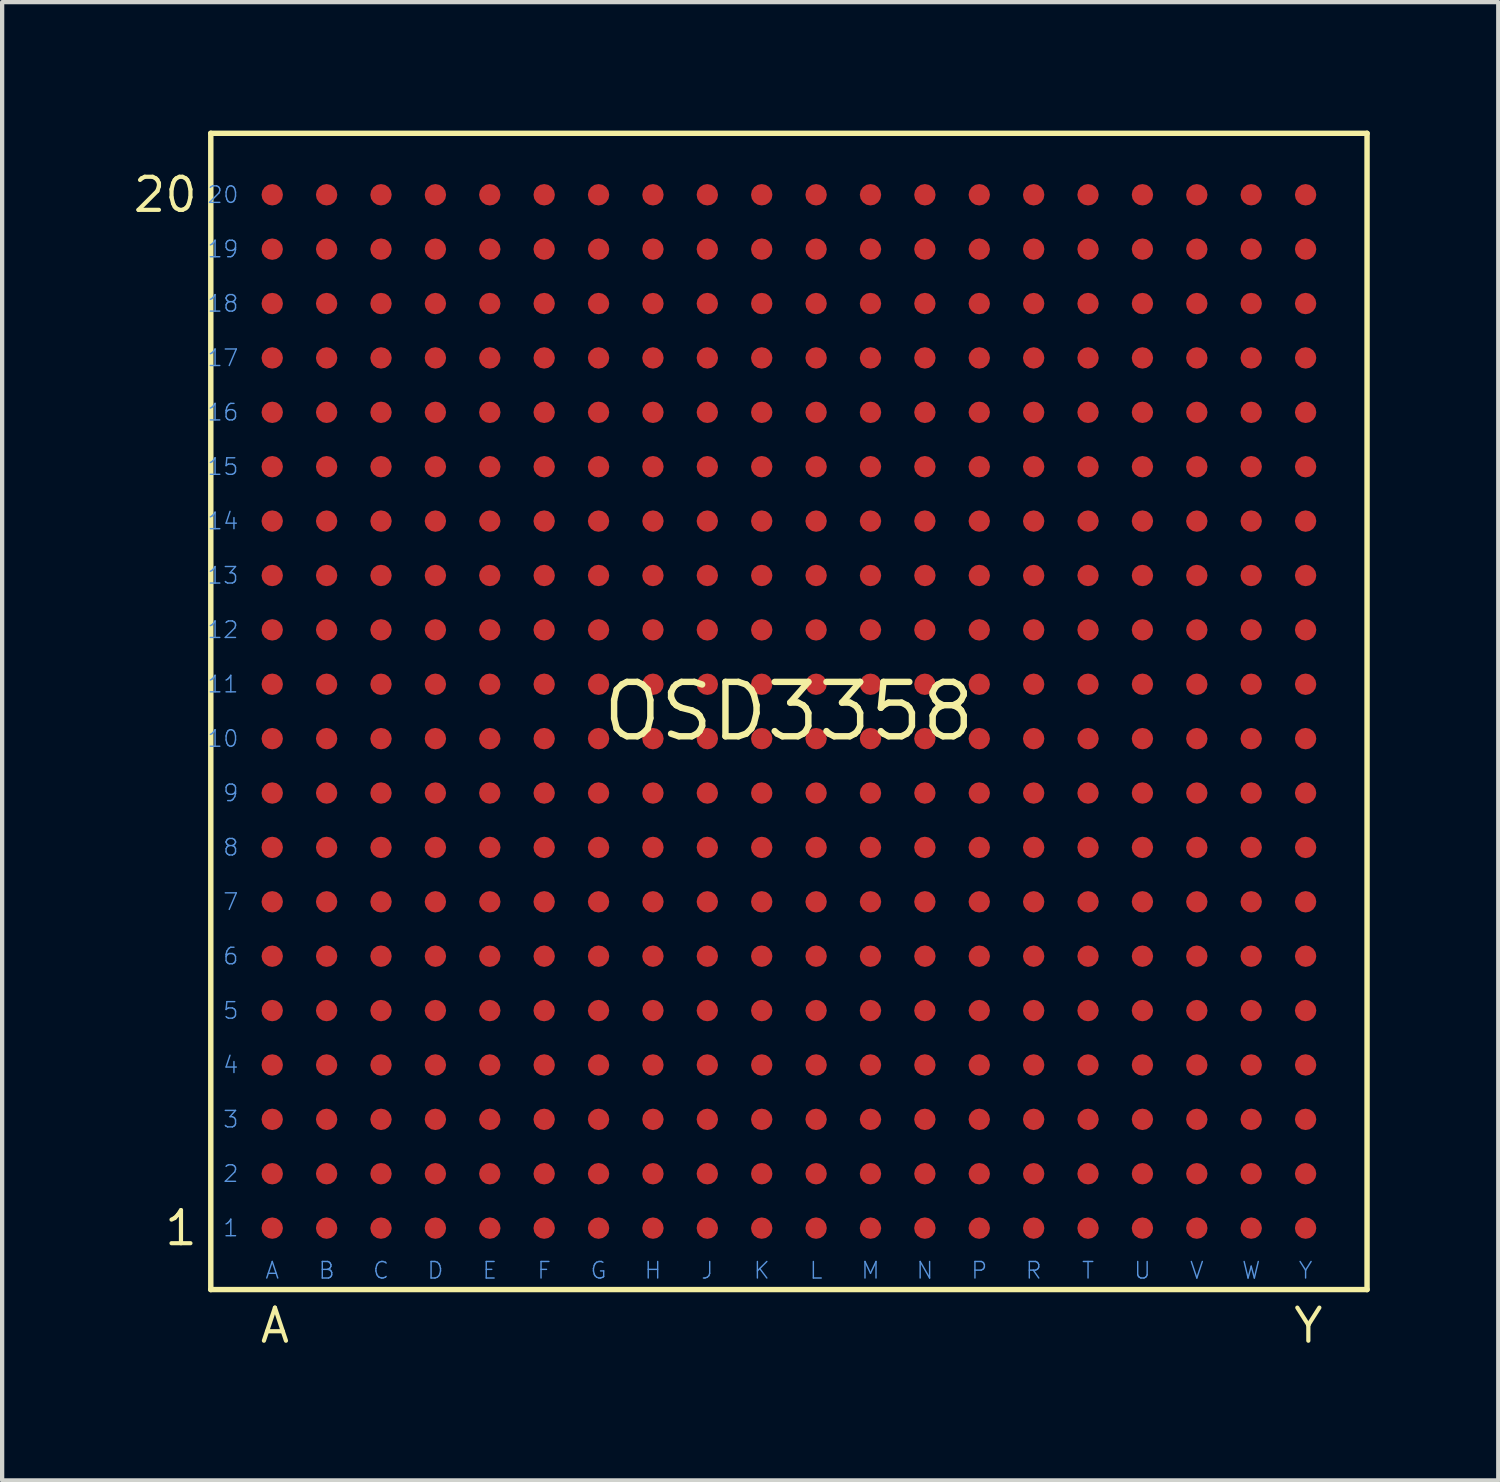
<source format=kicad_pcb>
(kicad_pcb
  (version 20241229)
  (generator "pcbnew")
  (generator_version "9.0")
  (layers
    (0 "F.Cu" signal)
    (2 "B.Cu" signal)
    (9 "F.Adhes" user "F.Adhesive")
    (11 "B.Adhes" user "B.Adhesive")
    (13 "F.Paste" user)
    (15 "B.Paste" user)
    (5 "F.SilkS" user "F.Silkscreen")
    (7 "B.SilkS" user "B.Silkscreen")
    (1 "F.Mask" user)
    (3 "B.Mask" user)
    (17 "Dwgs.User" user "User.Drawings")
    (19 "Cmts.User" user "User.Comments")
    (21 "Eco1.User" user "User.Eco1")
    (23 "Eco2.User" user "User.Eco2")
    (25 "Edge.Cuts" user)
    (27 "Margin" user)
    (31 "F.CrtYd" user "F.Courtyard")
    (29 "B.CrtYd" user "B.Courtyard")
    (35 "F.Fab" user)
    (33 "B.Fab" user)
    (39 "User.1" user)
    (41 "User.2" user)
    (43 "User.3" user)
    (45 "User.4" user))
  (footprint "OSD3358"
    (layer "F.Cu")
    (at 15.372 13.563)
    (property "Reference" "OSD3358" (at 0 0 0) (layer "F.SilkS") (effects (font (size 1.27 1.27) (thickness 0.15))))
    (attr through_hole)
    (fp_line (start -13.5 -13.5) (end -13.5 13.5) (stroke (width 0.127) (type solid)) (layer "F.SilkS"))
    (fp_line (start -13.5 13.5) (end 13.5 13.5) (stroke (width 0.127) (type solid)) (layer "F.SilkS"))
    (fp_line (start 13.5 -13.5) (end -13.5 -13.5) (stroke (width 0.127) (type solid)) (layer "F.SilkS"))
    (fp_line (start 13.5 13.5) (end 13.5 -13.5) (stroke (width 0.127) (type solid)) (layer "F.SilkS"))
    (fp_text user "20" (at -13.764 -12.065 0) (layer "F.SilkS") (effects (font (size 0.772 0.772) (thickness 0.098)) (justify right)))
    (fp_text user "1" (at -13.764 12.065 0) (layer "F.SilkS") (effects (font (size 0.772 0.772) (thickness 0.098)) (justify right)))
    (fp_text user "Y" (at 12.129 13.89 0) (layer "F.SilkS") (effects (font (size 0.772 0.772) (thickness 0.098)) (justify top)))
    (fp_text user "A" (at -12.002 13.89 0) (layer "F.SilkS") (effects (font (size 0.772 0.772) (thickness 0.098)) (justify top)))
    (fp_text user "7" (at -12.827 4.445 0) (layer "Cmts.User") (effects (font (size 0.386 0.386) (thickness 0.033)) (justify right)))
    (fp_text user "5" (at -12.827 6.985 0) (layer "Cmts.User") (effects (font (size 0.386 0.386) (thickness 0.033)) (justify right)))
    (fp_text user "14" (at -12.827 -4.445 0) (layer "Cmts.User") (effects (font (size 0.386 0.386) (thickness 0.033)) (justify right)))
    (fp_text user "T" (at 6.985 12.827 0) (layer "Cmts.User") (effects (font (size 0.386 0.386) (thickness 0.033)) (justify top)))
    (fp_text user "B" (at -10.795 12.827 0) (layer "Cmts.User") (effects (font (size 0.386 0.386) (thickness 0.033)) (justify top)))
    (fp_text user "J" (at -1.905 12.827 0) (layer "Cmts.User") (effects (font (size 0.386 0.386) (thickness 0.033)) (justify top)))
    (fp_text user "F" (at -5.715 12.827 0) (layer "Cmts.User") (effects (font (size 0.386 0.386) (thickness 0.033)) (justify top)))
    (fp_text user "C" (at -9.525 12.827 0) (layer "Cmts.User") (effects (font (size 0.386 0.386) (thickness 0.033)) (justify top)))
    (fp_text user "6" (at -12.827 5.715 0) (layer "Cmts.User") (effects (font (size 0.386 0.386) (thickness 0.033)) (justify right)))
    (fp_text user "E" (at -6.985 12.827 0) (layer "Cmts.User") (effects (font (size 0.386 0.386) (thickness 0.033)) (justify top)))
    (fp_text user "P" (at 4.445 12.827 0) (layer "Cmts.User") (effects (font (size 0.386 0.386) (thickness 0.033)) (justify top)))
    (fp_text user "N" (at 3.175 12.827 0) (layer "Cmts.User") (effects (font (size 0.386 0.386) (thickness 0.033)) (justify top)))
    (fp_text user "18" (at -12.827 -9.525 0) (layer "Cmts.User") (effects (font (size 0.386 0.386) (thickness 0.033)) (justify right)))
    (fp_text user "10" (at -12.827 0.635 0) (layer "Cmts.User") (effects (font (size 0.386 0.386) (thickness 0.033)) (justify right)))
    (fp_text user "G" (at -4.445 12.827 0) (layer "Cmts.User") (effects (font (size 0.386 0.386) (thickness 0.033)) (justify top)))
    (fp_text user "20" (at -12.827 -12.065 0) (layer "Cmts.User") (effects (font (size 0.386 0.386) (thickness 0.033)) (justify right)))
    (fp_text user "A" (at -12.065 12.827 0) (layer "Cmts.User") (effects (font (size 0.386 0.386) (thickness 0.033)) (justify top)))
    (fp_text user "8" (at -12.827 3.175 0) (layer "Cmts.User") (effects (font (size 0.386 0.386) (thickness 0.033)) (justify right)))
    (fp_text user "H" (at -3.175 12.827 0) (layer "Cmts.User") (effects (font (size 0.386 0.386) (thickness 0.033)) (justify top)))
    (fp_text user "2" (at -12.827 10.795 0) (layer "Cmts.User") (effects (font (size 0.386 0.386) (thickness 0.033)) (justify right)))
    (fp_text user "V" (at 9.525 12.827 0) (layer "Cmts.User") (effects (font (size 0.386 0.386) (thickness 0.033)) (justify top)))
    (fp_text user "W" (at 10.795 12.827 0) (layer "Cmts.User") (effects (font (size 0.386 0.386) (thickness 0.033)) (justify top)))
    (fp_text user "R" (at 5.715 12.827 0) (layer "Cmts.User") (effects (font (size 0.386 0.386) (thickness 0.033)) (justify top)))
    (fp_text user "L" (at 0.635 12.827 0) (layer "Cmts.User") (effects (font (size 0.386 0.386) (thickness 0.033)) (justify top)))
    (fp_text user "11" (at -12.827 -0.635 0) (layer "Cmts.User") (effects (font (size 0.386 0.386) (thickness 0.033)) (justify right)))
    (fp_text user "9" (at -12.827 1.905 0) (layer "Cmts.User") (effects (font (size 0.386 0.386) (thickness 0.033)) (justify right)))
    (fp_text user "1" (at -12.827 12.065 0) (layer "Cmts.User") (effects (font (size 0.386 0.386) (thickness 0.033)) (justify right)))
    (fp_text user "D" (at -8.255 12.827 0) (layer "Cmts.User") (effects (font (size 0.386 0.386) (thickness 0.033)) (justify top)))
    (fp_text user "Y" (at 12.065 12.827 0) (layer "Cmts.User") (effects (font (size 0.386 0.386) (thickness 0.033)) (justify top)))
    (fp_text user "M" (at 1.905 12.827 0) (layer "Cmts.User") (effects (font (size 0.386 0.386) (thickness 0.033)) (justify top)))
    (fp_text user "19" (at -12.827 -10.795 0) (layer "Cmts.User") (effects (font (size 0.386 0.386) (thickness 0.033)) (justify right)))
    (fp_text user "15" (at -12.827 -5.715 0) (layer "Cmts.User") (effects (font (size 0.386 0.386) (thickness 0.033)) (justify right)))
    (fp_text user "K" (at -0.635 12.827 0) (layer "Cmts.User") (effects (font (size 0.386 0.386) (thickness 0.033)) (justify top)))
    (fp_text user "3" (at -12.827 9.525 0) (layer "Cmts.User") (effects (font (size 0.386 0.386) (thickness 0.033)) (justify right)))
    (fp_text user "13" (at -12.827 -3.175 0) (layer "Cmts.User") (effects (font (size 0.386 0.386) (thickness 0.033)) (justify right)))
    (fp_text user "12" (at -12.827 -1.905 0) (layer "Cmts.User") (effects (font (size 0.386 0.386) (thickness 0.033)) (justify right)))
    (fp_text user "U" (at 8.255 12.827 0) (layer "Cmts.User") (effects (font (size 0.386 0.386) (thickness 0.033)) (justify top)))
    (fp_text user "17" (at -12.827 -8.255 0) (layer "Cmts.User") (effects (font (size 0.386 0.386) (thickness 0.033)) (justify right)))
    (fp_text user "4" (at -12.827 8.255 0) (layer "Cmts.User") (effects (font (size 0.386 0.386) (thickness 0.033)) (justify right)))
    (fp_text user "16" (at -12.827 -6.985 0) (layer "Cmts.User") (effects (font (size 0.386 0.386) (thickness 0.033)) (justify right)))
    (pad "A1" smd roundrect (at -12.065 12.065) (size 0.5 0.5) (layers "F.Cu" "F.Mask" "F.Paste") (roundrect_rratio 0.5))
    (pad "A2" smd roundrect (at -12.065 10.795) (size 0.5 0.5) (layers "F.Cu" "F.Mask" "F.Paste") (roundrect_rratio 0.5))
    (pad "A3" smd roundrect (at -12.065 9.525) (size 0.5 0.5) (layers "F.Cu" "F.Mask" "F.Paste") (roundrect_rratio 0.5))
    (pad "A4" smd roundrect (at -12.065 8.255) (size 0.5 0.5) (layers "F.Cu" "F.Mask" "F.Paste") (roundrect_rratio 0.5))
    (pad "A5" smd roundrect (at -12.065 6.985) (size 0.5 0.5) (layers "F.Cu" "F.Mask" "F.Paste") (roundrect_rratio 0.5))
    (pad "A6" smd roundrect (at -12.065 5.715) (size 0.5 0.5) (layers "F.Cu" "F.Mask" "F.Paste") (roundrect_rratio 0.5))
    (pad "A7" smd roundrect (at -12.065 4.445) (size 0.5 0.5) (layers "F.Cu" "F.Mask" "F.Paste") (roundrect_rratio 0.5))
    (pad "A8" smd roundrect (at -12.065 3.175) (size 0.5 0.5) (layers "F.Cu" "F.Mask" "F.Paste") (roundrect_rratio 0.5))
    (pad "A9" smd roundrect (at -12.065 1.905) (size 0.5 0.5) (layers "F.Cu" "F.Mask" "F.Paste") (roundrect_rratio 0.5))
    (pad "A10" smd roundrect (at -12.065 0.635) (size 0.5 0.5) (layers "F.Cu" "F.Mask" "F.Paste") (roundrect_rratio 0.5))
    (pad "A11" smd roundrect (at -12.065 -0.635) (size 0.5 0.5) (layers "F.Cu" "F.Mask" "F.Paste") (roundrect_rratio 0.5))
    (pad "A12" smd roundrect (at -12.065 -1.905) (size 0.5 0.5) (layers "F.Cu" "F.Mask" "F.Paste") (roundrect_rratio 0.5))
    (pad "A13" smd roundrect (at -12.065 -3.175) (size 0.5 0.5) (layers "F.Cu" "F.Mask" "F.Paste") (roundrect_rratio 0.5))
    (pad "A14" smd roundrect (at -12.065 -4.445) (size 0.5 0.5) (layers "F.Cu" "F.Mask" "F.Paste") (roundrect_rratio 0.5))
    (pad "A15" smd roundrect (at -12.065 -5.715) (size 0.5 0.5) (layers "F.Cu" "F.Mask" "F.Paste") (roundrect_rratio 0.5))
    (pad "A16" smd roundrect (at -12.065 -6.985) (size 0.5 0.5) (layers "F.Cu" "F.Mask" "F.Paste") (roundrect_rratio 0.5))
    (pad "A17" smd roundrect (at -12.065 -8.255) (size 0.5 0.5) (layers "F.Cu" "F.Mask" "F.Paste") (roundrect_rratio 0.5))
    (pad "A18" smd roundrect (at -12.065 -9.525) (size 0.5 0.5) (layers "F.Cu" "F.Mask" "F.Paste") (roundrect_rratio 0.5))
    (pad "A19" smd roundrect (at -12.065 -10.795) (size 0.5 0.5) (layers "F.Cu" "F.Mask" "F.Paste") (roundrect_rratio 0.5))
    (pad "A20" smd roundrect (at -12.065 -12.065) (size 0.5 0.5) (layers "F.Cu" "F.Mask" "F.Paste") (roundrect_rratio 0.5))
    (pad "B1" smd roundrect (at -10.795 12.065) (size 0.5 0.5) (layers "F.Cu" "F.Mask" "F.Paste") (roundrect_rratio 0.5))
    (pad "B2" smd roundrect (at -10.795 10.795) (size 0.5 0.5) (layers "F.Cu" "F.Mask" "F.Paste") (roundrect_rratio 0.5))
    (pad "B3" smd roundrect (at -10.795 9.525) (size 0.5 0.5) (layers "F.Cu" "F.Mask" "F.Paste") (roundrect_rratio 0.5))
    (pad "B4" smd roundrect (at -10.795 8.255) (size 0.5 0.5) (layers "F.Cu" "F.Mask" "F.Paste") (roundrect_rratio 0.5))
    (pad "B5" smd roundrect (at -10.795 6.985) (size 0.5 0.5) (layers "F.Cu" "F.Mask" "F.Paste") (roundrect_rratio 0.5))
    (pad "B6" smd roundrect (at -10.795 5.715) (size 0.5 0.5) (layers "F.Cu" "F.Mask" "F.Paste") (roundrect_rratio 0.5))
    (pad "B7" smd roundrect (at -10.795 4.445) (size 0.5 0.5) (layers "F.Cu" "F.Mask" "F.Paste") (roundrect_rratio 0.5))
    (pad "B8" smd roundrect (at -10.795 3.175) (size 0.5 0.5) (layers "F.Cu" "F.Mask" "F.Paste") (roundrect_rratio 0.5))
    (pad "B9" smd roundrect (at -10.795 1.905) (size 0.5 0.5) (layers "F.Cu" "F.Mask" "F.Paste") (roundrect_rratio 0.5))
    (pad "B10" smd roundrect (at -10.795 0.635) (size 0.5 0.5) (layers "F.Cu" "F.Mask" "F.Paste") (roundrect_rratio 0.5))
    (pad "B11" smd roundrect (at -10.795 -0.635) (size 0.5 0.5) (layers "F.Cu" "F.Mask" "F.Paste") (roundrect_rratio 0.5))
    (pad "B12" smd roundrect (at -10.795 -1.905) (size 0.5 0.5) (layers "F.Cu" "F.Mask" "F.Paste") (roundrect_rratio 0.5))
    (pad "B13" smd roundrect (at -10.795 -3.175) (size 0.5 0.5) (layers "F.Cu" "F.Mask" "F.Paste") (roundrect_rratio 0.5))
    (pad "B14" smd roundrect (at -10.795 -4.445) (size 0.5 0.5) (layers "F.Cu" "F.Mask" "F.Paste") (roundrect_rratio 0.5))
    (pad "B15" smd roundrect (at -10.795 -5.715) (size 0.5 0.5) (layers "F.Cu" "F.Mask" "F.Paste") (roundrect_rratio 0.5))
    (pad "B16" smd roundrect (at -10.795 -6.985) (size 0.5 0.5) (layers "F.Cu" "F.Mask" "F.Paste") (roundrect_rratio 0.5))
    (pad "B17" smd roundrect (at -10.795 -8.255) (size 0.5 0.5) (layers "F.Cu" "F.Mask" "F.Paste") (roundrect_rratio 0.5))
    (pad "B18" smd roundrect (at -10.795 -9.525) (size 0.5 0.5) (layers "F.Cu" "F.Mask" "F.Paste") (roundrect_rratio 0.5))
    (pad "B19" smd roundrect (at -10.795 -10.795) (size 0.5 0.5) (layers "F.Cu" "F.Mask" "F.Paste") (roundrect_rratio 0.5))
    (pad "B20" smd roundrect (at -10.795 -12.065) (size 0.5 0.5) (layers "F.Cu" "F.Mask" "F.Paste") (roundrect_rratio 0.5))
    (pad "C1" smd roundrect (at -9.525 12.065) (size 0.5 0.5) (layers "F.Cu" "F.Mask" "F.Paste") (roundrect_rratio 0.5))
    (pad "C2" smd roundrect (at -9.525 10.795) (size 0.5 0.5) (layers "F.Cu" "F.Mask" "F.Paste") (roundrect_rratio 0.5))
    (pad "C3" smd roundrect (at -9.525 9.525) (size 0.5 0.5) (layers "F.Cu" "F.Mask" "F.Paste") (roundrect_rratio 0.5))
    (pad "C4" smd roundrect (at -9.525 8.255) (size 0.5 0.5) (layers "F.Cu" "F.Mask" "F.Paste") (roundrect_rratio 0.5))
    (pad "C5" smd roundrect (at -9.525 6.985) (size 0.5 0.5) (layers "F.Cu" "F.Mask" "F.Paste") (roundrect_rratio 0.5))
    (pad "C6" smd roundrect (at -9.525 5.715) (size 0.5 0.5) (layers "F.Cu" "F.Mask" "F.Paste") (roundrect_rratio 0.5))
    (pad "C7" smd roundrect (at -9.525 4.445) (size 0.5 0.5) (layers "F.Cu" "F.Mask" "F.Paste") (roundrect_rratio 0.5))
    (pad "C8" smd roundrect (at -9.525 3.175) (size 0.5 0.5) (layers "F.Cu" "F.Mask" "F.Paste") (roundrect_rratio 0.5))
    (pad "C9" smd roundrect (at -9.525 1.905) (size 0.5 0.5) (layers "F.Cu" "F.Mask" "F.Paste") (roundrect_rratio 0.5))
    (pad "C10" smd roundrect (at -9.525 0.635) (size 0.5 0.5) (layers "F.Cu" "F.Mask" "F.Paste") (roundrect_rratio 0.5))
    (pad "C11" smd roundrect (at -9.525 -0.635) (size 0.5 0.5) (layers "F.Cu" "F.Mask" "F.Paste") (roundrect_rratio 0.5))
    (pad "C12" smd roundrect (at -9.525 -1.905) (size 0.5 0.5) (layers "F.Cu" "F.Mask" "F.Paste") (roundrect_rratio 0.5))
    (pad "C13" smd roundrect (at -9.525 -3.175) (size 0.5 0.5) (layers "F.Cu" "F.Mask" "F.Paste") (roundrect_rratio 0.5))
    (pad "C14" smd roundrect (at -9.525 -4.445) (size 0.5 0.5) (layers "F.Cu" "F.Mask" "F.Paste") (roundrect_rratio 0.5))
    (pad "C15" smd roundrect (at -9.525 -5.715) (size 0.5 0.5) (layers "F.Cu" "F.Mask" "F.Paste") (roundrect_rratio 0.5))
    (pad "C16" smd roundrect (at -9.525 -6.985) (size 0.5 0.5) (layers "F.Cu" "F.Mask" "F.Paste") (roundrect_rratio 0.5))
    (pad "C17" smd roundrect (at -9.525 -8.255) (size 0.5 0.5) (layers "F.Cu" "F.Mask" "F.Paste") (roundrect_rratio 0.5))
    (pad "C18" smd roundrect (at -9.525 -9.525) (size 0.5 0.5) (layers "F.Cu" "F.Mask" "F.Paste") (roundrect_rratio 0.5))
    (pad "C19" smd roundrect (at -9.525 -10.795) (size 0.5 0.5) (layers "F.Cu" "F.Mask" "F.Paste") (roundrect_rratio 0.5))
    (pad "C20" smd roundrect (at -9.525 -12.065) (size 0.5 0.5) (layers "F.Cu" "F.Mask" "F.Paste") (roundrect_rratio 0.5))
    (pad "D1" smd roundrect (at -8.255 12.065) (size 0.5 0.5) (layers "F.Cu" "F.Mask" "F.Paste") (roundrect_rratio 0.5))
    (pad "D2" smd roundrect (at -8.255 10.795) (size 0.5 0.5) (layers "F.Cu" "F.Mask" "F.Paste") (roundrect_rratio 0.5))
    (pad "D3" smd roundrect (at -8.255 9.525) (size 0.5 0.5) (layers "F.Cu" "F.Mask" "F.Paste") (roundrect_rratio 0.5))
    (pad "D4" smd roundrect (at -8.255 8.255) (size 0.5 0.5) (layers "F.Cu" "F.Mask" "F.Paste") (roundrect_rratio 0.5))
    (pad "D5" smd roundrect (at -8.255 6.985) (size 0.5 0.5) (layers "F.Cu" "F.Mask" "F.Paste") (roundrect_rratio 0.5))
    (pad "D6" smd roundrect (at -8.255 5.715) (size 0.5 0.5) (layers "F.Cu" "F.Mask" "F.Paste") (roundrect_rratio 0.5))
    (pad "D7" smd roundrect (at -8.255 4.445) (size 0.5 0.5) (layers "F.Cu" "F.Mask" "F.Paste") (roundrect_rratio 0.5))
    (pad "D8" smd roundrect (at -8.255 3.175) (size 0.5 0.5) (layers "F.Cu" "F.Mask" "F.Paste") (roundrect_rratio 0.5))
    (pad "D9" smd roundrect (at -8.255 1.905) (size 0.5 0.5) (layers "F.Cu" "F.Mask" "F.Paste") (roundrect_rratio 0.5))
    (pad "D10" smd roundrect (at -8.255 0.635) (size 0.5 0.5) (layers "F.Cu" "F.Mask" "F.Paste") (roundrect_rratio 0.5))
    (pad "D11" smd roundrect (at -8.255 -0.635) (size 0.5 0.5) (layers "F.Cu" "F.Mask" "F.Paste") (roundrect_rratio 0.5))
    (pad "D12" smd roundrect (at -8.255 -1.905) (size 0.5 0.5) (layers "F.Cu" "F.Mask" "F.Paste") (roundrect_rratio 0.5))
    (pad "D13" smd roundrect (at -8.255 -3.175) (size 0.5 0.5) (layers "F.Cu" "F.Mask" "F.Paste") (roundrect_rratio 0.5))
    (pad "D14" smd roundrect (at -8.255 -4.445) (size 0.5 0.5) (layers "F.Cu" "F.Mask" "F.Paste") (roundrect_rratio 0.5))
    (pad "D15" smd roundrect (at -8.255 -5.715) (size 0.5 0.5) (layers "F.Cu" "F.Mask" "F.Paste") (roundrect_rratio 0.5))
    (pad "D16" smd roundrect (at -8.255 -6.985) (size 0.5 0.5) (layers "F.Cu" "F.Mask" "F.Paste") (roundrect_rratio 0.5))
    (pad "D17" smd roundrect (at -8.255 -8.255) (size 0.5 0.5) (layers "F.Cu" "F.Mask" "F.Paste") (roundrect_rratio 0.5))
    (pad "D18" smd roundrect (at -8.255 -9.525) (size 0.5 0.5) (layers "F.Cu" "F.Mask" "F.Paste") (roundrect_rratio 0.5))
    (pad "D19" smd roundrect (at -8.255 -10.795) (size 0.5 0.5) (layers "F.Cu" "F.Mask" "F.Paste") (roundrect_rratio 0.5))
    (pad "D20" smd roundrect (at -8.255 -12.065) (size 0.5 0.5) (layers "F.Cu" "F.Mask" "F.Paste") (roundrect_rratio 0.5))
    (pad "E1" smd roundrect (at -6.985 12.065) (size 0.5 0.5) (layers "F.Cu" "F.Mask" "F.Paste") (roundrect_rratio 0.5))
    (pad "E2" smd roundrect (at -6.985 10.795) (size 0.5 0.5) (layers "F.Cu" "F.Mask" "F.Paste") (roundrect_rratio 0.5))
    (pad "E3" smd roundrect (at -6.985 9.525) (size 0.5 0.5) (layers "F.Cu" "F.Mask" "F.Paste") (roundrect_rratio 0.5))
    (pad "E4" smd roundrect (at -6.985 8.255) (size 0.5 0.5) (layers "F.Cu" "F.Mask" "F.Paste") (roundrect_rratio 0.5))
    (pad "E5" smd roundrect (at -6.985 6.985) (size 0.5 0.5) (layers "F.Cu" "F.Mask" "F.Paste") (roundrect_rratio 0.5))
    (pad "E6" smd roundrect (at -6.985 5.715) (size 0.5 0.5) (layers "F.Cu" "F.Mask" "F.Paste") (roundrect_rratio 0.5))
    (pad "E7" smd roundrect (at -6.985 4.445) (size 0.5 0.5) (layers "F.Cu" "F.Mask" "F.Paste") (roundrect_rratio 0.5))
    (pad "E8" smd roundrect (at -6.985 3.175) (size 0.5 0.5) (layers "F.Cu" "F.Mask" "F.Paste") (roundrect_rratio 0.5))
    (pad "E9" smd roundrect (at -6.985 1.905) (size 0.5 0.5) (layers "F.Cu" "F.Mask" "F.Paste") (roundrect_rratio 0.5))
    (pad "E10" smd roundrect (at -6.985 0.635) (size 0.5 0.5) (layers "F.Cu" "F.Mask" "F.Paste") (roundrect_rratio 0.5))
    (pad "E11" smd roundrect (at -6.985 -0.635) (size 0.5 0.5) (layers "F.Cu" "F.Mask" "F.Paste") (roundrect_rratio 0.5))
    (pad "E12" smd roundrect (at -6.985 -1.905) (size 0.5 0.5) (layers "F.Cu" "F.Mask" "F.Paste") (roundrect_rratio 0.5))
    (pad "E13" smd roundrect (at -6.985 -3.175) (size 0.5 0.5) (layers "F.Cu" "F.Mask" "F.Paste") (roundrect_rratio 0.5))
    (pad "E14" smd roundrect (at -6.985 -4.445) (size 0.5 0.5) (layers "F.Cu" "F.Mask" "F.Paste") (roundrect_rratio 0.5))
    (pad "E15" smd roundrect (at -6.985 -5.715) (size 0.5 0.5) (layers "F.Cu" "F.Mask" "F.Paste") (roundrect_rratio 0.5))
    (pad "E16" smd roundrect (at -6.985 -6.985) (size 0.5 0.5) (layers "F.Cu" "F.Mask" "F.Paste") (roundrect_rratio 0.5))
    (pad "E17" smd roundrect (at -6.985 -8.255) (size 0.5 0.5) (layers "F.Cu" "F.Mask" "F.Paste") (roundrect_rratio 0.5))
    (pad "E18" smd roundrect (at -6.985 -9.525) (size 0.5 0.5) (layers "F.Cu" "F.Mask" "F.Paste") (roundrect_rratio 0.5))
    (pad "E19" smd roundrect (at -6.985 -10.795) (size 0.5 0.5) (layers "F.Cu" "F.Mask" "F.Paste") (roundrect_rratio 0.5))
    (pad "E20" smd roundrect (at -6.985 -12.065) (size 0.5 0.5) (layers "F.Cu" "F.Mask" "F.Paste") (roundrect_rratio 0.5))
    (pad "F1" smd roundrect (at -5.715 12.065) (size 0.5 0.5) (layers "F.Cu" "F.Mask" "F.Paste") (roundrect_rratio 0.5))
    (pad "F2" smd roundrect (at -5.715 10.795) (size 0.5 0.5) (layers "F.Cu" "F.Mask" "F.Paste") (roundrect_rratio 0.5))
    (pad "F3" smd roundrect (at -5.715 9.525) (size 0.5 0.5) (layers "F.Cu" "F.Mask" "F.Paste") (roundrect_rratio 0.5))
    (pad "F4" smd roundrect (at -5.715 8.255) (size 0.5 0.5) (layers "F.Cu" "F.Mask" "F.Paste") (roundrect_rratio 0.5))
    (pad "F5" smd roundrect (at -5.715 6.985) (size 0.5 0.5) (layers "F.Cu" "F.Mask" "F.Paste") (roundrect_rratio 0.5))
    (pad "F6" smd roundrect (at -5.715 5.715) (size 0.5 0.5) (layers "F.Cu" "F.Mask" "F.Paste") (roundrect_rratio 0.5))
    (pad "F7" smd roundrect (at -5.715 4.445) (size 0.5 0.5) (layers "F.Cu" "F.Mask" "F.Paste") (roundrect_rratio 0.5))
    (pad "F8" smd roundrect (at -5.715 3.175) (size 0.5 0.5) (layers "F.Cu" "F.Mask" "F.Paste") (roundrect_rratio 0.5))
    (pad "F9" smd roundrect (at -5.715 1.905) (size 0.5 0.5) (layers "F.Cu" "F.Mask" "F.Paste") (roundrect_rratio 0.5))
    (pad "F10" smd roundrect (at -5.715 0.635) (size 0.5 0.5) (layers "F.Cu" "F.Mask" "F.Paste") (roundrect_rratio 0.5))
    (pad "F11" smd roundrect (at -5.715 -0.635) (size 0.5 0.5) (layers "F.Cu" "F.Mask" "F.Paste") (roundrect_rratio 0.5))
    (pad "F12" smd roundrect (at -5.715 -1.905) (size 0.5 0.5) (layers "F.Cu" "F.Mask" "F.Paste") (roundrect_rratio 0.5))
    (pad "F13" smd roundrect (at -5.715 -3.175) (size 0.5 0.5) (layers "F.Cu" "F.Mask" "F.Paste") (roundrect_rratio 0.5))
    (pad "F14" smd roundrect (at -5.715 -4.445) (size 0.5 0.5) (layers "F.Cu" "F.Mask" "F.Paste") (roundrect_rratio 0.5))
    (pad "F15" smd roundrect (at -5.715 -5.715) (size 0.5 0.5) (layers "F.Cu" "F.Mask" "F.Paste") (roundrect_rratio 0.5))
    (pad "F16" smd roundrect (at -5.715 -6.985) (size 0.5 0.5) (layers "F.Cu" "F.Mask" "F.Paste") (roundrect_rratio 0.5))
    (pad "F17" smd roundrect (at -5.715 -8.255) (size 0.5 0.5) (layers "F.Cu" "F.Mask" "F.Paste") (roundrect_rratio 0.5))
    (pad "F18" smd roundrect (at -5.715 -9.525) (size 0.5 0.5) (layers "F.Cu" "F.Mask" "F.Paste") (roundrect_rratio 0.5))
    (pad "F19" smd roundrect (at -5.715 -10.795) (size 0.5 0.5) (layers "F.Cu" "F.Mask" "F.Paste") (roundrect_rratio 0.5))
    (pad "F20" smd roundrect (at -5.715 -12.065) (size 0.5 0.5) (layers "F.Cu" "F.Mask" "F.Paste") (roundrect_rratio 0.5))
    (pad "G1" smd roundrect (at -4.445 12.065) (size 0.5 0.5) (layers "F.Cu" "F.Mask" "F.Paste") (roundrect_rratio 0.5))
    (pad "G2" smd roundrect (at -4.445 10.795) (size 0.5 0.5) (layers "F.Cu" "F.Mask" "F.Paste") (roundrect_rratio 0.5))
    (pad "G3" smd roundrect (at -4.445 9.525) (size 0.5 0.5) (layers "F.Cu" "F.Mask" "F.Paste") (roundrect_rratio 0.5))
    (pad "G4" smd roundrect (at -4.445 8.255) (size 0.5 0.5) (layers "F.Cu" "F.Mask" "F.Paste") (roundrect_rratio 0.5))
    (pad "G5" smd roundrect (at -4.445 6.985) (size 0.5 0.5) (layers "F.Cu" "F.Mask" "F.Paste") (roundrect_rratio 0.5))
    (pad "G6" smd roundrect (at -4.445 5.715) (size 0.5 0.5) (layers "F.Cu" "F.Mask" "F.Paste") (roundrect_rratio 0.5))
    (pad "G7" smd roundrect (at -4.445 4.445) (size 0.5 0.5) (layers "F.Cu" "F.Mask" "F.Paste") (roundrect_rratio 0.5))
    (pad "G8" smd roundrect (at -4.445 3.175) (size 0.5 0.5) (layers "F.Cu" "F.Mask" "F.Paste") (roundrect_rratio 0.5))
    (pad "G9" smd roundrect (at -4.445 1.905) (size 0.5 0.5) (layers "F.Cu" "F.Mask" "F.Paste") (roundrect_rratio 0.5))
    (pad "G10" smd roundrect (at -4.445 0.635) (size 0.5 0.5) (layers "F.Cu" "F.Mask" "F.Paste") (roundrect_rratio 0.5))
    (pad "G11" smd roundrect (at -4.445 -0.635) (size 0.5 0.5) (layers "F.Cu" "F.Mask" "F.Paste") (roundrect_rratio 0.5))
    (pad "G12" smd roundrect (at -4.445 -1.905) (size 0.5 0.5) (layers "F.Cu" "F.Mask" "F.Paste") (roundrect_rratio 0.5))
    (pad "G13" smd roundrect (at -4.445 -3.175) (size 0.5 0.5) (layers "F.Cu" "F.Mask" "F.Paste") (roundrect_rratio 0.5))
    (pad "G14" smd roundrect (at -4.445 -4.445) (size 0.5 0.5) (layers "F.Cu" "F.Mask" "F.Paste") (roundrect_rratio 0.5))
    (pad "G15" smd roundrect (at -4.445 -5.715) (size 0.5 0.5) (layers "F.Cu" "F.Mask" "F.Paste") (roundrect_rratio 0.5))
    (pad "G16" smd roundrect (at -4.445 -6.985) (size 0.5 0.5) (layers "F.Cu" "F.Mask" "F.Paste") (roundrect_rratio 0.5))
    (pad "G17" smd roundrect (at -4.445 -8.255) (size 0.5 0.5) (layers "F.Cu" "F.Mask" "F.Paste") (roundrect_rratio 0.5))
    (pad "G18" smd roundrect (at -4.445 -9.525) (size 0.5 0.5) (layers "F.Cu" "F.Mask" "F.Paste") (roundrect_rratio 0.5))
    (pad "G19" smd roundrect (at -4.445 -10.795) (size 0.5 0.5) (layers "F.Cu" "F.Mask" "F.Paste") (roundrect_rratio 0.5))
    (pad "G20" smd roundrect (at -4.445 -12.065) (size 0.5 0.5) (layers "F.Cu" "F.Mask" "F.Paste") (roundrect_rratio 0.5))
    (pad "H1" smd roundrect (at -3.175 12.065) (size 0.5 0.5) (layers "F.Cu" "F.Mask" "F.Paste") (roundrect_rratio 0.5))
    (pad "H2" smd roundrect (at -3.175 10.795) (size 0.5 0.5) (layers "F.Cu" "F.Mask" "F.Paste") (roundrect_rratio 0.5))
    (pad "H3" smd roundrect (at -3.175 9.525) (size 0.5 0.5) (layers "F.Cu" "F.Mask" "F.Paste") (roundrect_rratio 0.5))
    (pad "H4" smd roundrect (at -3.175 8.255) (size 0.5 0.5) (layers "F.Cu" "F.Mask" "F.Paste") (roundrect_rratio 0.5))
    (pad "H5" smd roundrect (at -3.175 6.985) (size 0.5 0.5) (layers "F.Cu" "F.Mask" "F.Paste") (roundrect_rratio 0.5))
    (pad "H6" smd roundrect (at -3.175 5.715) (size 0.5 0.5) (layers "F.Cu" "F.Mask" "F.Paste") (roundrect_rratio 0.5))
    (pad "H7" smd roundrect (at -3.175 4.445) (size 0.5 0.5) (layers "F.Cu" "F.Mask" "F.Paste") (roundrect_rratio 0.5))
    (pad "H8" smd roundrect (at -3.175 3.175) (size 0.5 0.5) (layers "F.Cu" "F.Mask" "F.Paste") (roundrect_rratio 0.5))
    (pad "H9" smd roundrect (at -3.175 1.905) (size 0.5 0.5) (layers "F.Cu" "F.Mask" "F.Paste") (roundrect_rratio 0.5))
    (pad "H10" smd roundrect (at -3.175 0.635) (size 0.5 0.5) (layers "F.Cu" "F.Mask" "F.Paste") (roundrect_rratio 0.5))
    (pad "H11" smd roundrect (at -3.175 -0.635) (size 0.5 0.5) (layers "F.Cu" "F.Mask" "F.Paste") (roundrect_rratio 0.5))
    (pad "H12" smd roundrect (at -3.175 -1.905) (size 0.5 0.5) (layers "F.Cu" "F.Mask" "F.Paste") (roundrect_rratio 0.5))
    (pad "H13" smd roundrect (at -3.175 -3.175) (size 0.5 0.5) (layers "F.Cu" "F.Mask" "F.Paste") (roundrect_rratio 0.5))
    (pad "H14" smd roundrect (at -3.175 -4.445) (size 0.5 0.5) (layers "F.Cu" "F.Mask" "F.Paste") (roundrect_rratio 0.5))
    (pad "H15" smd roundrect (at -3.175 -5.715) (size 0.5 0.5) (layers "F.Cu" "F.Mask" "F.Paste") (roundrect_rratio 0.5))
    (pad "H16" smd roundrect (at -3.175 -6.985) (size 0.5 0.5) (layers "F.Cu" "F.Mask" "F.Paste") (roundrect_rratio 0.5))
    (pad "H17" smd roundrect (at -3.175 -8.255) (size 0.5 0.5) (layers "F.Cu" "F.Mask" "F.Paste") (roundrect_rratio 0.5))
    (pad "H18" smd roundrect (at -3.175 -9.525) (size 0.5 0.5) (layers "F.Cu" "F.Mask" "F.Paste") (roundrect_rratio 0.5))
    (pad "H19" smd roundrect (at -3.175 -10.795) (size 0.5 0.5) (layers "F.Cu" "F.Mask" "F.Paste") (roundrect_rratio 0.5))
    (pad "H20" smd roundrect (at -3.175 -12.065) (size 0.5 0.5) (layers "F.Cu" "F.Mask" "F.Paste") (roundrect_rratio 0.5))
    (pad "J1" smd roundrect (at -1.905 12.065) (size 0.5 0.5) (layers "F.Cu" "F.Mask" "F.Paste") (roundrect_rratio 0.5))
    (pad "J2" smd roundrect (at -1.905 10.795) (size 0.5 0.5) (layers "F.Cu" "F.Mask" "F.Paste") (roundrect_rratio 0.5))
    (pad "J3" smd roundrect (at -1.905 9.525) (size 0.5 0.5) (layers "F.Cu" "F.Mask" "F.Paste") (roundrect_rratio 0.5))
    (pad "J4" smd roundrect (at -1.905 8.255) (size 0.5 0.5) (layers "F.Cu" "F.Mask" "F.Paste") (roundrect_rratio 0.5))
    (pad "J5" smd roundrect (at -1.905 6.985) (size 0.5 0.5) (layers "F.Cu" "F.Mask" "F.Paste") (roundrect_rratio 0.5))
    (pad "J6" smd roundrect (at -1.905 5.715) (size 0.5 0.5) (layers "F.Cu" "F.Mask" "F.Paste") (roundrect_rratio 0.5))
    (pad "J7" smd roundrect (at -1.905 4.445) (size 0.5 0.5) (layers "F.Cu" "F.Mask" "F.Paste") (roundrect_rratio 0.5))
    (pad "J8" smd roundrect (at -1.905 3.175) (size 0.5 0.5) (layers "F.Cu" "F.Mask" "F.Paste") (roundrect_rratio 0.5))
    (pad "J9" smd roundrect (at -1.905 1.905) (size 0.5 0.5) (layers "F.Cu" "F.Mask" "F.Paste") (roundrect_rratio 0.5))
    (pad "J10" smd roundrect (at -1.905 0.635) (size 0.5 0.5) (layers "F.Cu" "F.Mask" "F.Paste") (roundrect_rratio 0.5))
    (pad "J11" smd roundrect (at -1.905 -0.635) (size 0.5 0.5) (layers "F.Cu" "F.Mask" "F.Paste") (roundrect_rratio 0.5))
    (pad "J12" smd roundrect (at -1.905 -1.905) (size 0.5 0.5) (layers "F.Cu" "F.Mask" "F.Paste") (roundrect_rratio 0.5))
    (pad "J13" smd roundrect (at -1.905 -3.175) (size 0.5 0.5) (layers "F.Cu" "F.Mask" "F.Paste") (roundrect_rratio 0.5))
    (pad "J14" smd roundrect (at -1.905 -4.445) (size 0.5 0.5) (layers "F.Cu" "F.Mask" "F.Paste") (roundrect_rratio 0.5))
    (pad "J15" smd roundrect (at -1.905 -5.715) (size 0.5 0.5) (layers "F.Cu" "F.Mask" "F.Paste") (roundrect_rratio 0.5))
    (pad "J16" smd roundrect (at -1.905 -6.985) (size 0.5 0.5) (layers "F.Cu" "F.Mask" "F.Paste") (roundrect_rratio 0.5))
    (pad "J17" smd roundrect (at -1.905 -8.255) (size 0.5 0.5) (layers "F.Cu" "F.Mask" "F.Paste") (roundrect_rratio 0.5))
    (pad "J18" smd roundrect (at -1.905 -9.525) (size 0.5 0.5) (layers "F.Cu" "F.Mask" "F.Paste") (roundrect_rratio 0.5))
    (pad "J19" smd roundrect (at -1.905 -10.795) (size 0.5 0.5) (layers "F.Cu" "F.Mask" "F.Paste") (roundrect_rratio 0.5))
    (pad "J20" smd roundrect (at -1.905 -12.065) (size 0.5 0.5) (layers "F.Cu" "F.Mask" "F.Paste") (roundrect_rratio 0.5))
    (pad "K1" smd roundrect (at -0.635 12.065) (size 0.5 0.5) (layers "F.Cu" "F.Mask" "F.Paste") (roundrect_rratio 0.5))
    (pad "K2" smd roundrect (at -0.635 10.795) (size 0.5 0.5) (layers "F.Cu" "F.Mask" "F.Paste") (roundrect_rratio 0.5))
    (pad "K3" smd roundrect (at -0.635 9.525) (size 0.5 0.5) (layers "F.Cu" "F.Mask" "F.Paste") (roundrect_rratio 0.5))
    (pad "K4" smd roundrect (at -0.635 8.255) (size 0.5 0.5) (layers "F.Cu" "F.Mask" "F.Paste") (roundrect_rratio 0.5))
    (pad "K5" smd roundrect (at -0.635 6.985) (size 0.5 0.5) (layers "F.Cu" "F.Mask" "F.Paste") (roundrect_rratio 0.5))
    (pad "K6" smd roundrect (at -0.635 5.715) (size 0.5 0.5) (layers "F.Cu" "F.Mask" "F.Paste") (roundrect_rratio 0.5))
    (pad "K7" smd roundrect (at -0.635 4.445) (size 0.5 0.5) (layers "F.Cu" "F.Mask" "F.Paste") (roundrect_rratio 0.5))
    (pad "K8" smd roundrect (at -0.635 3.175) (size 0.5 0.5) (layers "F.Cu" "F.Mask" "F.Paste") (roundrect_rratio 0.5))
    (pad "K9" smd roundrect (at -0.635 1.905) (size 0.5 0.5) (layers "F.Cu" "F.Mask" "F.Paste") (roundrect_rratio 0.5))
    (pad "K10" smd roundrect (at -0.635 0.635) (size 0.5 0.5) (layers "F.Cu" "F.Mask" "F.Paste") (roundrect_rratio 0.5))
    (pad "K11" smd roundrect (at -0.635 -0.635) (size 0.5 0.5) (layers "F.Cu" "F.Mask" "F.Paste") (roundrect_rratio 0.5))
    (pad "K12" smd roundrect (at -0.635 -1.905) (size 0.5 0.5) (layers "F.Cu" "F.Mask" "F.Paste") (roundrect_rratio 0.5))
    (pad "K13" smd roundrect (at -0.635 -3.175) (size 0.5 0.5) (layers "F.Cu" "F.Mask" "F.Paste") (roundrect_rratio 0.5))
    (pad "K14" smd roundrect (at -0.635 -4.445) (size 0.5 0.5) (layers "F.Cu" "F.Mask" "F.Paste") (roundrect_rratio 0.5))
    (pad "K15" smd roundrect (at -0.635 -5.715) (size 0.5 0.5) (layers "F.Cu" "F.Mask" "F.Paste") (roundrect_rratio 0.5))
    (pad "K16" smd roundrect (at -0.635 -6.985) (size 0.5 0.5) (layers "F.Cu" "F.Mask" "F.Paste") (roundrect_rratio 0.5))
    (pad "K17" smd roundrect (at -0.635 -8.255) (size 0.5 0.5) (layers "F.Cu" "F.Mask" "F.Paste") (roundrect_rratio 0.5))
    (pad "K18" smd roundrect (at -0.635 -9.525) (size 0.5 0.5) (layers "F.Cu" "F.Mask" "F.Paste") (roundrect_rratio 0.5))
    (pad "K19" smd roundrect (at -0.635 -10.795) (size 0.5 0.5) (layers "F.Cu" "F.Mask" "F.Paste") (roundrect_rratio 0.5))
    (pad "K20" smd roundrect (at -0.635 -12.065) (size 0.5 0.5) (layers "F.Cu" "F.Mask" "F.Paste") (roundrect_rratio 0.5))
    (pad "L1" smd roundrect (at 0.635 12.065) (size 0.5 0.5) (layers "F.Cu" "F.Mask" "F.Paste") (roundrect_rratio 0.5))
    (pad "L2" smd roundrect (at 0.635 10.795) (size 0.5 0.5) (layers "F.Cu" "F.Mask" "F.Paste") (roundrect_rratio 0.5))
    (pad "L3" smd roundrect (at 0.635 9.525) (size 0.5 0.5) (layers "F.Cu" "F.Mask" "F.Paste") (roundrect_rratio 0.5))
    (pad "L4" smd roundrect (at 0.635 8.255) (size 0.5 0.5) (layers "F.Cu" "F.Mask" "F.Paste") (roundrect_rratio 0.5))
    (pad "L5" smd roundrect (at 0.635 6.985) (size 0.5 0.5) (layers "F.Cu" "F.Mask" "F.Paste") (roundrect_rratio 0.5))
    (pad "L6" smd roundrect (at 0.635 5.715) (size 0.5 0.5) (layers "F.Cu" "F.Mask" "F.Paste") (roundrect_rratio 0.5))
    (pad "L7" smd roundrect (at 0.635 4.445) (size 0.5 0.5) (layers "F.Cu" "F.Mask" "F.Paste") (roundrect_rratio 0.5))
    (pad "L8" smd roundrect (at 0.635 3.175) (size 0.5 0.5) (layers "F.Cu" "F.Mask" "F.Paste") (roundrect_rratio 0.5))
    (pad "L9" smd roundrect (at 0.635 1.905) (size 0.5 0.5) (layers "F.Cu" "F.Mask" "F.Paste") (roundrect_rratio 0.5))
    (pad "L10" smd roundrect (at 0.635 0.635) (size 0.5 0.5) (layers "F.Cu" "F.Mask" "F.Paste") (roundrect_rratio 0.5))
    (pad "L11" smd roundrect (at 0.635 -0.635) (size 0.5 0.5) (layers "F.Cu" "F.Mask" "F.Paste") (roundrect_rratio 0.5))
    (pad "L12" smd roundrect (at 0.635 -1.905) (size 0.5 0.5) (layers "F.Cu" "F.Mask" "F.Paste") (roundrect_rratio 0.5))
    (pad "L13" smd roundrect (at 0.635 -3.175) (size 0.5 0.5) (layers "F.Cu" "F.Mask" "F.Paste") (roundrect_rratio 0.5))
    (pad "L14" smd roundrect (at 0.635 -4.445) (size 0.5 0.5) (layers "F.Cu" "F.Mask" "F.Paste") (roundrect_rratio 0.5))
    (pad "L15" smd roundrect (at 0.635 -5.715) (size 0.5 0.5) (layers "F.Cu" "F.Mask" "F.Paste") (roundrect_rratio 0.5))
    (pad "L16" smd roundrect (at 0.635 -6.985) (size 0.5 0.5) (layers "F.Cu" "F.Mask" "F.Paste") (roundrect_rratio 0.5))
    (pad "L17" smd roundrect (at 0.635 -8.255) (size 0.5 0.5) (layers "F.Cu" "F.Mask" "F.Paste") (roundrect_rratio 0.5))
    (pad "L18" smd roundrect (at 0.635 -9.525) (size 0.5 0.5) (layers "F.Cu" "F.Mask" "F.Paste") (roundrect_rratio 0.5))
    (pad "L19" smd roundrect (at 0.635 -10.795) (size 0.5 0.5) (layers "F.Cu" "F.Mask" "F.Paste") (roundrect_rratio 0.5))
    (pad "L20" smd roundrect (at 0.635 -12.065) (size 0.5 0.5) (layers "F.Cu" "F.Mask" "F.Paste") (roundrect_rratio 0.5))
    (pad "M1" smd roundrect (at 1.905 12.065) (size 0.5 0.5) (layers "F.Cu" "F.Mask" "F.Paste") (roundrect_rratio 0.5))
    (pad "M2" smd roundrect (at 1.905 10.795) (size 0.5 0.5) (layers "F.Cu" "F.Mask" "F.Paste") (roundrect_rratio 0.5))
    (pad "M3" smd roundrect (at 1.905 9.525) (size 0.5 0.5) (layers "F.Cu" "F.Mask" "F.Paste") (roundrect_rratio 0.5))
    (pad "M4" smd roundrect (at 1.905 8.255) (size 0.5 0.5) (layers "F.Cu" "F.Mask" "F.Paste") (roundrect_rratio 0.5))
    (pad "M5" smd roundrect (at 1.905 6.985) (size 0.5 0.5) (layers "F.Cu" "F.Mask" "F.Paste") (roundrect_rratio 0.5))
    (pad "M6" smd roundrect (at 1.905 5.715) (size 0.5 0.5) (layers "F.Cu" "F.Mask" "F.Paste") (roundrect_rratio 0.5))
    (pad "M7" smd roundrect (at 1.905 4.445) (size 0.5 0.5) (layers "F.Cu" "F.Mask" "F.Paste") (roundrect_rratio 0.5))
    (pad "M8" smd roundrect (at 1.905 3.175) (size 0.5 0.5) (layers "F.Cu" "F.Mask" "F.Paste") (roundrect_rratio 0.5))
    (pad "M9" smd roundrect (at 1.905 1.905) (size 0.5 0.5) (layers "F.Cu" "F.Mask" "F.Paste") (roundrect_rratio 0.5))
    (pad "M10" smd roundrect (at 1.905 0.635) (size 0.5 0.5) (layers "F.Cu" "F.Mask" "F.Paste") (roundrect_rratio 0.5))
    (pad "M11" smd roundrect (at 1.905 -0.635) (size 0.5 0.5) (layers "F.Cu" "F.Mask" "F.Paste") (roundrect_rratio 0.5))
    (pad "M12" smd roundrect (at 1.905 -1.905) (size 0.5 0.5) (layers "F.Cu" "F.Mask" "F.Paste") (roundrect_rratio 0.5))
    (pad "M13" smd roundrect (at 1.905 -3.175) (size 0.5 0.5) (layers "F.Cu" "F.Mask" "F.Paste") (roundrect_rratio 0.5))
    (pad "M14" smd roundrect (at 1.905 -4.445) (size 0.5 0.5) (layers "F.Cu" "F.Mask" "F.Paste") (roundrect_rratio 0.5))
    (pad "M15" smd roundrect (at 1.905 -5.715) (size 0.5 0.5) (layers "F.Cu" "F.Mask" "F.Paste") (roundrect_rratio 0.5))
    (pad "M16" smd roundrect (at 1.905 -6.985) (size 0.5 0.5) (layers "F.Cu" "F.Mask" "F.Paste") (roundrect_rratio 0.5))
    (pad "M17" smd roundrect (at 1.905 -8.255) (size 0.5 0.5) (layers "F.Cu" "F.Mask" "F.Paste") (roundrect_rratio 0.5))
    (pad "M18" smd roundrect (at 1.905 -9.525) (size 0.5 0.5) (layers "F.Cu" "F.Mask" "F.Paste") (roundrect_rratio 0.5))
    (pad "M19" smd roundrect (at 1.905 -10.795) (size 0.5 0.5) (layers "F.Cu" "F.Mask" "F.Paste") (roundrect_rratio 0.5))
    (pad "M20" smd roundrect (at 1.905 -12.065) (size 0.5 0.5) (layers "F.Cu" "F.Mask" "F.Paste") (roundrect_rratio 0.5))
    (pad "N1" smd roundrect (at 3.175 12.065) (size 0.5 0.5) (layers "F.Cu" "F.Mask" "F.Paste") (roundrect_rratio 0.5))
    (pad "N2" smd roundrect (at 3.175 10.795) (size 0.5 0.5) (layers "F.Cu" "F.Mask" "F.Paste") (roundrect_rratio 0.5))
    (pad "N3" smd roundrect (at 3.175 9.525) (size 0.5 0.5) (layers "F.Cu" "F.Mask" "F.Paste") (roundrect_rratio 0.5))
    (pad "N4" smd roundrect (at 3.175 8.255) (size 0.5 0.5) (layers "F.Cu" "F.Mask" "F.Paste") (roundrect_rratio 0.5))
    (pad "N5" smd roundrect (at 3.175 6.985) (size 0.5 0.5) (layers "F.Cu" "F.Mask" "F.Paste") (roundrect_rratio 0.5))
    (pad "N6" smd roundrect (at 3.175 5.715) (size 0.5 0.5) (layers "F.Cu" "F.Mask" "F.Paste") (roundrect_rratio 0.5))
    (pad "N7" smd roundrect (at 3.175 4.445) (size 0.5 0.5) (layers "F.Cu" "F.Mask" "F.Paste") (roundrect_rratio 0.5))
    (pad "N8" smd roundrect (at 3.175 3.175) (size 0.5 0.5) (layers "F.Cu" "F.Mask" "F.Paste") (roundrect_rratio 0.5))
    (pad "N9" smd roundrect (at 3.175 1.905) (size 0.5 0.5) (layers "F.Cu" "F.Mask" "F.Paste") (roundrect_rratio 0.5))
    (pad "N10" smd roundrect (at 3.175 0.635) (size 0.5 0.5) (layers "F.Cu" "F.Mask" "F.Paste") (roundrect_rratio 0.5))
    (pad "N11" smd roundrect (at 3.175 -0.635) (size 0.5 0.5) (layers "F.Cu" "F.Mask" "F.Paste") (roundrect_rratio 0.5))
    (pad "N12" smd roundrect (at 3.175 -1.905) (size 0.5 0.5) (layers "F.Cu" "F.Mask" "F.Paste") (roundrect_rratio 0.5))
    (pad "N13" smd roundrect (at 3.175 -3.175) (size 0.5 0.5) (layers "F.Cu" "F.Mask" "F.Paste") (roundrect_rratio 0.5))
    (pad "N14" smd roundrect (at 3.175 -4.445) (size 0.5 0.5) (layers "F.Cu" "F.Mask" "F.Paste") (roundrect_rratio 0.5))
    (pad "N15" smd roundrect (at 3.175 -5.715) (size 0.5 0.5) (layers "F.Cu" "F.Mask" "F.Paste") (roundrect_rratio 0.5))
    (pad "N16" smd roundrect (at 3.175 -6.985) (size 0.5 0.5) (layers "F.Cu" "F.Mask" "F.Paste") (roundrect_rratio 0.5))
    (pad "N17" smd roundrect (at 3.175 -8.255) (size 0.5 0.5) (layers "F.Cu" "F.Mask" "F.Paste") (roundrect_rratio 0.5))
    (pad "N18" smd roundrect (at 3.175 -9.525) (size 0.5 0.5) (layers "F.Cu" "F.Mask" "F.Paste") (roundrect_rratio 0.5))
    (pad "N19" smd roundrect (at 3.175 -10.795) (size 0.5 0.5) (layers "F.Cu" "F.Mask" "F.Paste") (roundrect_rratio 0.5))
    (pad "N20" smd roundrect (at 3.175 -12.065) (size 0.5 0.5) (layers "F.Cu" "F.Mask" "F.Paste") (roundrect_rratio 0.5))
    (pad "P1" smd roundrect (at 4.445 12.065) (size 0.5 0.5) (layers "F.Cu" "F.Mask" "F.Paste") (roundrect_rratio 0.5))
    (pad "P2" smd roundrect (at 4.445 10.795) (size 0.5 0.5) (layers "F.Cu" "F.Mask" "F.Paste") (roundrect_rratio 0.5))
    (pad "P3" smd roundrect (at 4.445 9.525) (size 0.5 0.5) (layers "F.Cu" "F.Mask" "F.Paste") (roundrect_rratio 0.5))
    (pad "P4" smd roundrect (at 4.445 8.255) (size 0.5 0.5) (layers "F.Cu" "F.Mask" "F.Paste") (roundrect_rratio 0.5))
    (pad "P5" smd roundrect (at 4.445 6.985) (size 0.5 0.5) (layers "F.Cu" "F.Mask" "F.Paste") (roundrect_rratio 0.5))
    (pad "P6" smd roundrect (at 4.445 5.715) (size 0.5 0.5) (layers "F.Cu" "F.Mask" "F.Paste") (roundrect_rratio 0.5))
    (pad "P7" smd roundrect (at 4.445 4.445) (size 0.5 0.5) (layers "F.Cu" "F.Mask" "F.Paste") (roundrect_rratio 0.5))
    (pad "P8" smd roundrect (at 4.445 3.175) (size 0.5 0.5) (layers "F.Cu" "F.Mask" "F.Paste") (roundrect_rratio 0.5))
    (pad "P9" smd roundrect (at 4.445 1.905) (size 0.5 0.5) (layers "F.Cu" "F.Mask" "F.Paste") (roundrect_rratio 0.5))
    (pad "P10" smd roundrect (at 4.445 0.635) (size 0.5 0.5) (layers "F.Cu" "F.Mask" "F.Paste") (roundrect_rratio 0.5))
    (pad "P11" smd roundrect (at 4.445 -0.635) (size 0.5 0.5) (layers "F.Cu" "F.Mask" "F.Paste") (roundrect_rratio 0.5))
    (pad "P12" smd roundrect (at 4.445 -1.905) (size 0.5 0.5) (layers "F.Cu" "F.Mask" "F.Paste") (roundrect_rratio 0.5))
    (pad "P13" smd roundrect (at 4.445 -3.175) (size 0.5 0.5) (layers "F.Cu" "F.Mask" "F.Paste") (roundrect_rratio 0.5))
    (pad "P14" smd roundrect (at 4.445 -4.445) (size 0.5 0.5) (layers "F.Cu" "F.Mask" "F.Paste") (roundrect_rratio 0.5))
    (pad "P15" smd roundrect (at 4.445 -5.715) (size 0.5 0.5) (layers "F.Cu" "F.Mask" "F.Paste") (roundrect_rratio 0.5))
    (pad "P16" smd roundrect (at 4.445 -6.985) (size 0.5 0.5) (layers "F.Cu" "F.Mask" "F.Paste") (roundrect_rratio 0.5))
    (pad "P17" smd roundrect (at 4.445 -8.255) (size 0.5 0.5) (layers "F.Cu" "F.Mask" "F.Paste") (roundrect_rratio 0.5))
    (pad "P18" smd roundrect (at 4.445 -9.525) (size 0.5 0.5) (layers "F.Cu" "F.Mask" "F.Paste") (roundrect_rratio 0.5))
    (pad "P19" smd roundrect (at 4.445 -10.795) (size 0.5 0.5) (layers "F.Cu" "F.Mask" "F.Paste") (roundrect_rratio 0.5))
    (pad "P20" smd roundrect (at 4.445 -12.065) (size 0.5 0.5) (layers "F.Cu" "F.Mask" "F.Paste") (roundrect_rratio 0.5))
    (pad "R1" smd roundrect (at 5.715 12.065) (size 0.5 0.5) (layers "F.Cu" "F.Mask" "F.Paste") (roundrect_rratio 0.5))
    (pad "R2" smd roundrect (at 5.715 10.795) (size 0.5 0.5) (layers "F.Cu" "F.Mask" "F.Paste") (roundrect_rratio 0.5))
    (pad "R3" smd roundrect (at 5.715 9.525) (size 0.5 0.5) (layers "F.Cu" "F.Mask" "F.Paste") (roundrect_rratio 0.5))
    (pad "R4" smd roundrect (at 5.715 8.255) (size 0.5 0.5) (layers "F.Cu" "F.Mask" "F.Paste") (roundrect_rratio 0.5))
    (pad "R5" smd roundrect (at 5.715 6.985) (size 0.5 0.5) (layers "F.Cu" "F.Mask" "F.Paste") (roundrect_rratio 0.5))
    (pad "R6" smd roundrect (at 5.715 5.715) (size 0.5 0.5) (layers "F.Cu" "F.Mask" "F.Paste") (roundrect_rratio 0.5))
    (pad "R7" smd roundrect (at 5.715 4.445) (size 0.5 0.5) (layers "F.Cu" "F.Mask" "F.Paste") (roundrect_rratio 0.5))
    (pad "R8" smd roundrect (at 5.715 3.175) (size 0.5 0.5) (layers "F.Cu" "F.Mask" "F.Paste") (roundrect_rratio 0.5))
    (pad "R9" smd roundrect (at 5.715 1.905) (size 0.5 0.5) (layers "F.Cu" "F.Mask" "F.Paste") (roundrect_rratio 0.5))
    (pad "R10" smd roundrect (at 5.715 0.635) (size 0.5 0.5) (layers "F.Cu" "F.Mask" "F.Paste") (roundrect_rratio 0.5))
    (pad "R11" smd roundrect (at 5.715 -0.635) (size 0.5 0.5) (layers "F.Cu" "F.Mask" "F.Paste") (roundrect_rratio 0.5))
    (pad "R12" smd roundrect (at 5.715 -1.905) (size 0.5 0.5) (layers "F.Cu" "F.Mask" "F.Paste") (roundrect_rratio 0.5))
    (pad "R13" smd roundrect (at 5.715 -3.175) (size 0.5 0.5) (layers "F.Cu" "F.Mask" "F.Paste") (roundrect_rratio 0.5))
    (pad "R14" smd roundrect (at 5.715 -4.445) (size 0.5 0.5) (layers "F.Cu" "F.Mask" "F.Paste") (roundrect_rratio 0.5))
    (pad "R15" smd roundrect (at 5.715 -5.715) (size 0.5 0.5) (layers "F.Cu" "F.Mask" "F.Paste") (roundrect_rratio 0.5))
    (pad "R16" smd roundrect (at 5.715 -6.985) (size 0.5 0.5) (layers "F.Cu" "F.Mask" "F.Paste") (roundrect_rratio 0.5))
    (pad "R17" smd roundrect (at 5.715 -8.255) (size 0.5 0.5) (layers "F.Cu" "F.Mask" "F.Paste") (roundrect_rratio 0.5))
    (pad "R18" smd roundrect (at 5.715 -9.525) (size 0.5 0.5) (layers "F.Cu" "F.Mask" "F.Paste") (roundrect_rratio 0.5))
    (pad "R19" smd roundrect (at 5.715 -10.795) (size 0.5 0.5) (layers "F.Cu" "F.Mask" "F.Paste") (roundrect_rratio 0.5))
    (pad "R20" smd roundrect (at 5.715 -12.065) (size 0.5 0.5) (layers "F.Cu" "F.Mask" "F.Paste") (roundrect_rratio 0.5))
    (pad "T1" smd roundrect (at 6.985 12.065) (size 0.5 0.5) (layers "F.Cu" "F.Mask" "F.Paste") (roundrect_rratio 0.5))
    (pad "T2" smd roundrect (at 6.985 10.795) (size 0.5 0.5) (layers "F.Cu" "F.Mask" "F.Paste") (roundrect_rratio 0.5))
    (pad "T3" smd roundrect (at 6.985 9.525) (size 0.5 0.5) (layers "F.Cu" "F.Mask" "F.Paste") (roundrect_rratio 0.5))
    (pad "T4" smd roundrect (at 6.985 8.255) (size 0.5 0.5) (layers "F.Cu" "F.Mask" "F.Paste") (roundrect_rratio 0.5))
    (pad "T5" smd roundrect (at 6.985 6.985) (size 0.5 0.5) (layers "F.Cu" "F.Mask" "F.Paste") (roundrect_rratio 0.5))
    (pad "T6" smd roundrect (at 6.985 5.715) (size 0.5 0.5) (layers "F.Cu" "F.Mask" "F.Paste") (roundrect_rratio 0.5))
    (pad "T7" smd roundrect (at 6.985 4.445) (size 0.5 0.5) (layers "F.Cu" "F.Mask" "F.Paste") (roundrect_rratio 0.5))
    (pad "T8" smd roundrect (at 6.985 3.175) (size 0.5 0.5) (layers "F.Cu" "F.Mask" "F.Paste") (roundrect_rratio 0.5))
    (pad "T9" smd roundrect (at 6.985 1.905) (size 0.5 0.5) (layers "F.Cu" "F.Mask" "F.Paste") (roundrect_rratio 0.5))
    (pad "T10" smd roundrect (at 6.985 0.635) (size 0.5 0.5) (layers "F.Cu" "F.Mask" "F.Paste") (roundrect_rratio 0.5))
    (pad "T11" smd roundrect (at 6.985 -0.635) (size 0.5 0.5) (layers "F.Cu" "F.Mask" "F.Paste") (roundrect_rratio 0.5))
    (pad "T12" smd roundrect (at 6.985 -1.905) (size 0.5 0.5) (layers "F.Cu" "F.Mask" "F.Paste") (roundrect_rratio 0.5))
    (pad "T13" smd roundrect (at 6.985 -3.175) (size 0.5 0.5) (layers "F.Cu" "F.Mask" "F.Paste") (roundrect_rratio 0.5))
    (pad "T14" smd roundrect (at 6.985 -4.445) (size 0.5 0.5) (layers "F.Cu" "F.Mask" "F.Paste") (roundrect_rratio 0.5))
    (pad "T15" smd roundrect (at 6.985 -5.715) (size 0.5 0.5) (layers "F.Cu" "F.Mask" "F.Paste") (roundrect_rratio 0.5))
    (pad "T16" smd roundrect (at 6.985 -6.985) (size 0.5 0.5) (layers "F.Cu" "F.Mask" "F.Paste") (roundrect_rratio 0.5))
    (pad "T17" smd roundrect (at 6.985 -8.255) (size 0.5 0.5) (layers "F.Cu" "F.Mask" "F.Paste") (roundrect_rratio 0.5))
    (pad "T18" smd roundrect (at 6.985 -9.525) (size 0.5 0.5) (layers "F.Cu" "F.Mask" "F.Paste") (roundrect_rratio 0.5))
    (pad "T19" smd roundrect (at 6.985 -10.795) (size 0.5 0.5) (layers "F.Cu" "F.Mask" "F.Paste") (roundrect_rratio 0.5))
    (pad "T20" smd roundrect (at 6.985 -12.065) (size 0.5 0.5) (layers "F.Cu" "F.Mask" "F.Paste") (roundrect_rratio 0.5))
    (pad "U1" smd roundrect (at 8.255 12.065) (size 0.5 0.5) (layers "F.Cu" "F.Mask" "F.Paste") (roundrect_rratio 0.5))
    (pad "U2" smd roundrect (at 8.255 10.795) (size 0.5 0.5) (layers "F.Cu" "F.Mask" "F.Paste") (roundrect_rratio 0.5))
    (pad "U3" smd roundrect (at 8.255 9.525) (size 0.5 0.5) (layers "F.Cu" "F.Mask" "F.Paste") (roundrect_rratio 0.5))
    (pad "U4" smd roundrect (at 8.255 8.255) (size 0.5 0.5) (layers "F.Cu" "F.Mask" "F.Paste") (roundrect_rratio 0.5))
    (pad "U5" smd roundrect (at 8.255 6.985) (size 0.5 0.5) (layers "F.Cu" "F.Mask" "F.Paste") (roundrect_rratio 0.5))
    (pad "U6" smd roundrect (at 8.255 5.715) (size 0.5 0.5) (layers "F.Cu" "F.Mask" "F.Paste") (roundrect_rratio 0.5))
    (pad "U7" smd roundrect (at 8.255 4.445) (size 0.5 0.5) (layers "F.Cu" "F.Mask" "F.Paste") (roundrect_rratio 0.5))
    (pad "U8" smd roundrect (at 8.255 3.175) (size 0.5 0.5) (layers "F.Cu" "F.Mask" "F.Paste") (roundrect_rratio 0.5))
    (pad "U9" smd roundrect (at 8.255 1.905) (size 0.5 0.5) (layers "F.Cu" "F.Mask" "F.Paste") (roundrect_rratio 0.5))
    (pad "U10" smd roundrect (at 8.255 0.635) (size 0.5 0.5) (layers "F.Cu" "F.Mask" "F.Paste") (roundrect_rratio 0.5))
    (pad "U11" smd roundrect (at 8.255 -0.635) (size 0.5 0.5) (layers "F.Cu" "F.Mask" "F.Paste") (roundrect_rratio 0.5))
    (pad "U12" smd roundrect (at 8.255 -1.905) (size 0.5 0.5) (layers "F.Cu" "F.Mask" "F.Paste") (roundrect_rratio 0.5))
    (pad "U13" smd roundrect (at 8.255 -3.175) (size 0.5 0.5) (layers "F.Cu" "F.Mask" "F.Paste") (roundrect_rratio 0.5))
    (pad "U14" smd roundrect (at 8.255 -4.445) (size 0.5 0.5) (layers "F.Cu" "F.Mask" "F.Paste") (roundrect_rratio 0.5))
    (pad "U15" smd roundrect (at 8.255 -5.715) (size 0.5 0.5) (layers "F.Cu" "F.Mask" "F.Paste") (roundrect_rratio 0.5))
    (pad "U16" smd roundrect (at 8.255 -6.985) (size 0.5 0.5) (layers "F.Cu" "F.Mask" "F.Paste") (roundrect_rratio 0.5))
    (pad "U17" smd roundrect (at 8.255 -8.255) (size 0.5 0.5) (layers "F.Cu" "F.Mask" "F.Paste") (roundrect_rratio 0.5))
    (pad "U18" smd roundrect (at 8.255 -9.525) (size 0.5 0.5) (layers "F.Cu" "F.Mask" "F.Paste") (roundrect_rratio 0.5))
    (pad "U19" smd roundrect (at 8.255 -10.795) (size 0.5 0.5) (layers "F.Cu" "F.Mask" "F.Paste") (roundrect_rratio 0.5))
    (pad "U20" smd roundrect (at 8.255 -12.065) (size 0.5 0.5) (layers "F.Cu" "F.Mask" "F.Paste") (roundrect_rratio 0.5))
    (pad "V1" smd roundrect (at 9.525 12.065) (size 0.5 0.5) (layers "F.Cu" "F.Mask" "F.Paste") (roundrect_rratio 0.5))
    (pad "V2" smd roundrect (at 9.525 10.795) (size 0.5 0.5) (layers "F.Cu" "F.Mask" "F.Paste") (roundrect_rratio 0.5))
    (pad "V3" smd roundrect (at 9.525 9.525) (size 0.5 0.5) (layers "F.Cu" "F.Mask" "F.Paste") (roundrect_rratio 0.5))
    (pad "V4" smd roundrect (at 9.525 8.255) (size 0.5 0.5) (layers "F.Cu" "F.Mask" "F.Paste") (roundrect_rratio 0.5))
    (pad "V5" smd roundrect (at 9.525 6.985) (size 0.5 0.5) (layers "F.Cu" "F.Mask" "F.Paste") (roundrect_rratio 0.5))
    (pad "V6" smd roundrect (at 9.525 5.715) (size 0.5 0.5) (layers "F.Cu" "F.Mask" "F.Paste") (roundrect_rratio 0.5))
    (pad "V7" smd roundrect (at 9.525 4.445) (size 0.5 0.5) (layers "F.Cu" "F.Mask" "F.Paste") (roundrect_rratio 0.5))
    (pad "V8" smd roundrect (at 9.525 3.175) (size 0.5 0.5) (layers "F.Cu" "F.Mask" "F.Paste") (roundrect_rratio 0.5))
    (pad "V9" smd roundrect (at 9.525 1.905) (size 0.5 0.5) (layers "F.Cu" "F.Mask" "F.Paste") (roundrect_rratio 0.5))
    (pad "V10" smd roundrect (at 9.525 0.635) (size 0.5 0.5) (layers "F.Cu" "F.Mask" "F.Paste") (roundrect_rratio 0.5))
    (pad "V11" smd roundrect (at 9.525 -0.635) (size 0.5 0.5) (layers "F.Cu" "F.Mask" "F.Paste") (roundrect_rratio 0.5))
    (pad "V12" smd roundrect (at 9.525 -1.905) (size 0.5 0.5) (layers "F.Cu" "F.Mask" "F.Paste") (roundrect_rratio 0.5))
    (pad "V13" smd roundrect (at 9.525 -3.175) (size 0.5 0.5) (layers "F.Cu" "F.Mask" "F.Paste") (roundrect_rratio 0.5))
    (pad "V14" smd roundrect (at 9.525 -4.445) (size 0.5 0.5) (layers "F.Cu" "F.Mask" "F.Paste") (roundrect_rratio 0.5))
    (pad "V15" smd roundrect (at 9.525 -5.715) (size 0.5 0.5) (layers "F.Cu" "F.Mask" "F.Paste") (roundrect_rratio 0.5))
    (pad "V16" smd roundrect (at 9.525 -6.985) (size 0.5 0.5) (layers "F.Cu" "F.Mask" "F.Paste") (roundrect_rratio 0.5))
    (pad "V17" smd roundrect (at 9.525 -8.255) (size 0.5 0.5) (layers "F.Cu" "F.Mask" "F.Paste") (roundrect_rratio 0.5))
    (pad "V18" smd roundrect (at 9.525 -9.525) (size 0.5 0.5) (layers "F.Cu" "F.Mask" "F.Paste") (roundrect_rratio 0.5))
    (pad "V19" smd roundrect (at 9.525 -10.795) (size 0.5 0.5) (layers "F.Cu" "F.Mask" "F.Paste") (roundrect_rratio 0.5))
    (pad "V20" smd roundrect (at 9.525 -12.065) (size 0.5 0.5) (layers "F.Cu" "F.Mask" "F.Paste") (roundrect_rratio 0.5))
    (pad "W1" smd roundrect (at 10.795 12.065) (size 0.5 0.5) (layers "F.Cu" "F.Mask" "F.Paste") (roundrect_rratio 0.5))
    (pad "W2" smd roundrect (at 10.795 10.795) (size 0.5 0.5) (layers "F.Cu" "F.Mask" "F.Paste") (roundrect_rratio 0.5))
    (pad "W3" smd roundrect (at 10.795 9.525) (size 0.5 0.5) (layers "F.Cu" "F.Mask" "F.Paste") (roundrect_rratio 0.5))
    (pad "W4" smd roundrect (at 10.795 8.255) (size 0.5 0.5) (layers "F.Cu" "F.Mask" "F.Paste") (roundrect_rratio 0.5))
    (pad "W5" smd roundrect (at 10.795 6.985) (size 0.5 0.5) (layers "F.Cu" "F.Mask" "F.Paste") (roundrect_rratio 0.5))
    (pad "W6" smd roundrect (at 10.795 5.715) (size 0.5 0.5) (layers "F.Cu" "F.Mask" "F.Paste") (roundrect_rratio 0.5))
    (pad "W7" smd roundrect (at 10.795 4.445) (size 0.5 0.5) (layers "F.Cu" "F.Mask" "F.Paste") (roundrect_rratio 0.5))
    (pad "W8" smd roundrect (at 10.795 3.175) (size 0.5 0.5) (layers "F.Cu" "F.Mask" "F.Paste") (roundrect_rratio 0.5))
    (pad "W9" smd roundrect (at 10.795 1.905) (size 0.5 0.5) (layers "F.Cu" "F.Mask" "F.Paste") (roundrect_rratio 0.5))
    (pad "W10" smd roundrect (at 10.795 0.635) (size 0.5 0.5) (layers "F.Cu" "F.Mask" "F.Paste") (roundrect_rratio 0.5))
    (pad "W11" smd roundrect (at 10.795 -0.635) (size 0.5 0.5) (layers "F.Cu" "F.Mask" "F.Paste") (roundrect_rratio 0.5))
    (pad "W12" smd roundrect (at 10.795 -1.905) (size 0.5 0.5) (layers "F.Cu" "F.Mask" "F.Paste") (roundrect_rratio 0.5))
    (pad "W13" smd roundrect (at 10.795 -3.175) (size 0.5 0.5) (layers "F.Cu" "F.Mask" "F.Paste") (roundrect_rratio 0.5))
    (pad "W14" smd roundrect (at 10.795 -4.445) (size 0.5 0.5) (layers "F.Cu" "F.Mask" "F.Paste") (roundrect_rratio 0.5))
    (pad "W15" smd roundrect (at 10.795 -5.715) (size 0.5 0.5) (layers "F.Cu" "F.Mask" "F.Paste") (roundrect_rratio 0.5))
    (pad "W16" smd roundrect (at 10.795 -6.985) (size 0.5 0.5) (layers "F.Cu" "F.Mask" "F.Paste") (roundrect_rratio 0.5))
    (pad "W17" smd roundrect (at 10.795 -8.255) (size 0.5 0.5) (layers "F.Cu" "F.Mask" "F.Paste") (roundrect_rratio 0.5))
    (pad "W18" smd roundrect (at 10.795 -9.525) (size 0.5 0.5) (layers "F.Cu" "F.Mask" "F.Paste") (roundrect_rratio 0.5))
    (pad "W19" smd roundrect (at 10.795 -10.795) (size 0.5 0.5) (layers "F.Cu" "F.Mask" "F.Paste") (roundrect_rratio 0.5))
    (pad "W20" smd roundrect (at 10.795 -12.065) (size 0.5 0.5) (layers "F.Cu" "F.Mask" "F.Paste") (roundrect_rratio 0.5))
    (pad "Y1" smd roundrect (at 12.065 12.065) (size 0.5 0.5) (layers "F.Cu" "F.Mask" "F.Paste") (roundrect_rratio 0.5))
    (pad "Y2" smd roundrect (at 12.065 10.795) (size 0.5 0.5) (layers "F.Cu" "F.Mask" "F.Paste") (roundrect_rratio 0.5))
    (pad "Y3" smd roundrect (at 12.065 9.525) (size 0.5 0.5) (layers "F.Cu" "F.Mask" "F.Paste") (roundrect_rratio 0.5))
    (pad "Y4" smd roundrect (at 12.065 8.255) (size 0.5 0.5) (layers "F.Cu" "F.Mask" "F.Paste") (roundrect_rratio 0.5))
    (pad "Y5" smd roundrect (at 12.065 6.985) (size 0.5 0.5) (layers "F.Cu" "F.Mask" "F.Paste") (roundrect_rratio 0.5))
    (pad "Y6" smd roundrect (at 12.065 5.715) (size 0.5 0.5) (layers "F.Cu" "F.Mask" "F.Paste") (roundrect_rratio 0.5))
    (pad "Y7" smd roundrect (at 12.065 4.445) (size 0.5 0.5) (layers "F.Cu" "F.Mask" "F.Paste") (roundrect_rratio 0.5))
    (pad "Y8" smd roundrect (at 12.065 3.175) (size 0.5 0.5) (layers "F.Cu" "F.Mask" "F.Paste") (roundrect_rratio 0.5))
    (pad "Y9" smd roundrect (at 12.065 1.905) (size 0.5 0.5) (layers "F.Cu" "F.Mask" "F.Paste") (roundrect_rratio 0.5))
    (pad "Y10" smd roundrect (at 12.065 0.635) (size 0.5 0.5) (layers "F.Cu" "F.Mask" "F.Paste") (roundrect_rratio 0.5))
    (pad "Y11" smd roundrect (at 12.065 -0.635) (size 0.5 0.5) (layers "F.Cu" "F.Mask" "F.Paste") (roundrect_rratio 0.5))
    (pad "Y12" smd roundrect (at 12.065 -1.905) (size 0.5 0.5) (layers "F.Cu" "F.Mask" "F.Paste") (roundrect_rratio 0.5))
    (pad "Y13" smd roundrect (at 12.065 -3.175) (size 0.5 0.5) (layers "F.Cu" "F.Mask" "F.Paste") (roundrect_rratio 0.5))
    (pad "Y14" smd roundrect (at 12.065 -4.445) (size 0.5 0.5) (layers "F.Cu" "F.Mask" "F.Paste") (roundrect_rratio 0.5))
    (pad "Y15" smd roundrect (at 12.065 -5.715) (size 0.5 0.5) (layers "F.Cu" "F.Mask" "F.Paste") (roundrect_rratio 0.5))
    (pad "Y16" smd roundrect (at 12.065 -6.985) (size 0.5 0.5) (layers "F.Cu" "F.Mask" "F.Paste") (roundrect_rratio 0.5))
    (pad "Y17" smd roundrect (at 12.065 -8.255) (size 0.5 0.5) (layers "F.Cu" "F.Mask" "F.Paste") (roundrect_rratio 0.5))
    (pad "Y18" smd roundrect (at 12.065 -9.525) (size 0.5 0.5) (layers "F.Cu" "F.Mask" "F.Paste") (roundrect_rratio 0.5))
    (pad "Y19" smd roundrect (at 12.065 -10.795) (size 0.5 0.5) (layers "F.Cu" "F.Mask" "F.Paste") (roundrect_rratio 0.5))
    (pad "Y20" smd roundrect (at 12.065 -12.065) (size 0.5 0.5) (layers "F.Cu" "F.Mask" "F.Paste") (roundrect_rratio 0.5)))
  (gr_rect
    (start -3 -3)
    (end 31.936 31.519)
    (stroke (width 0.1) (type default))
    (fill no)
    (layer "Edge.Cuts")))
</source>
